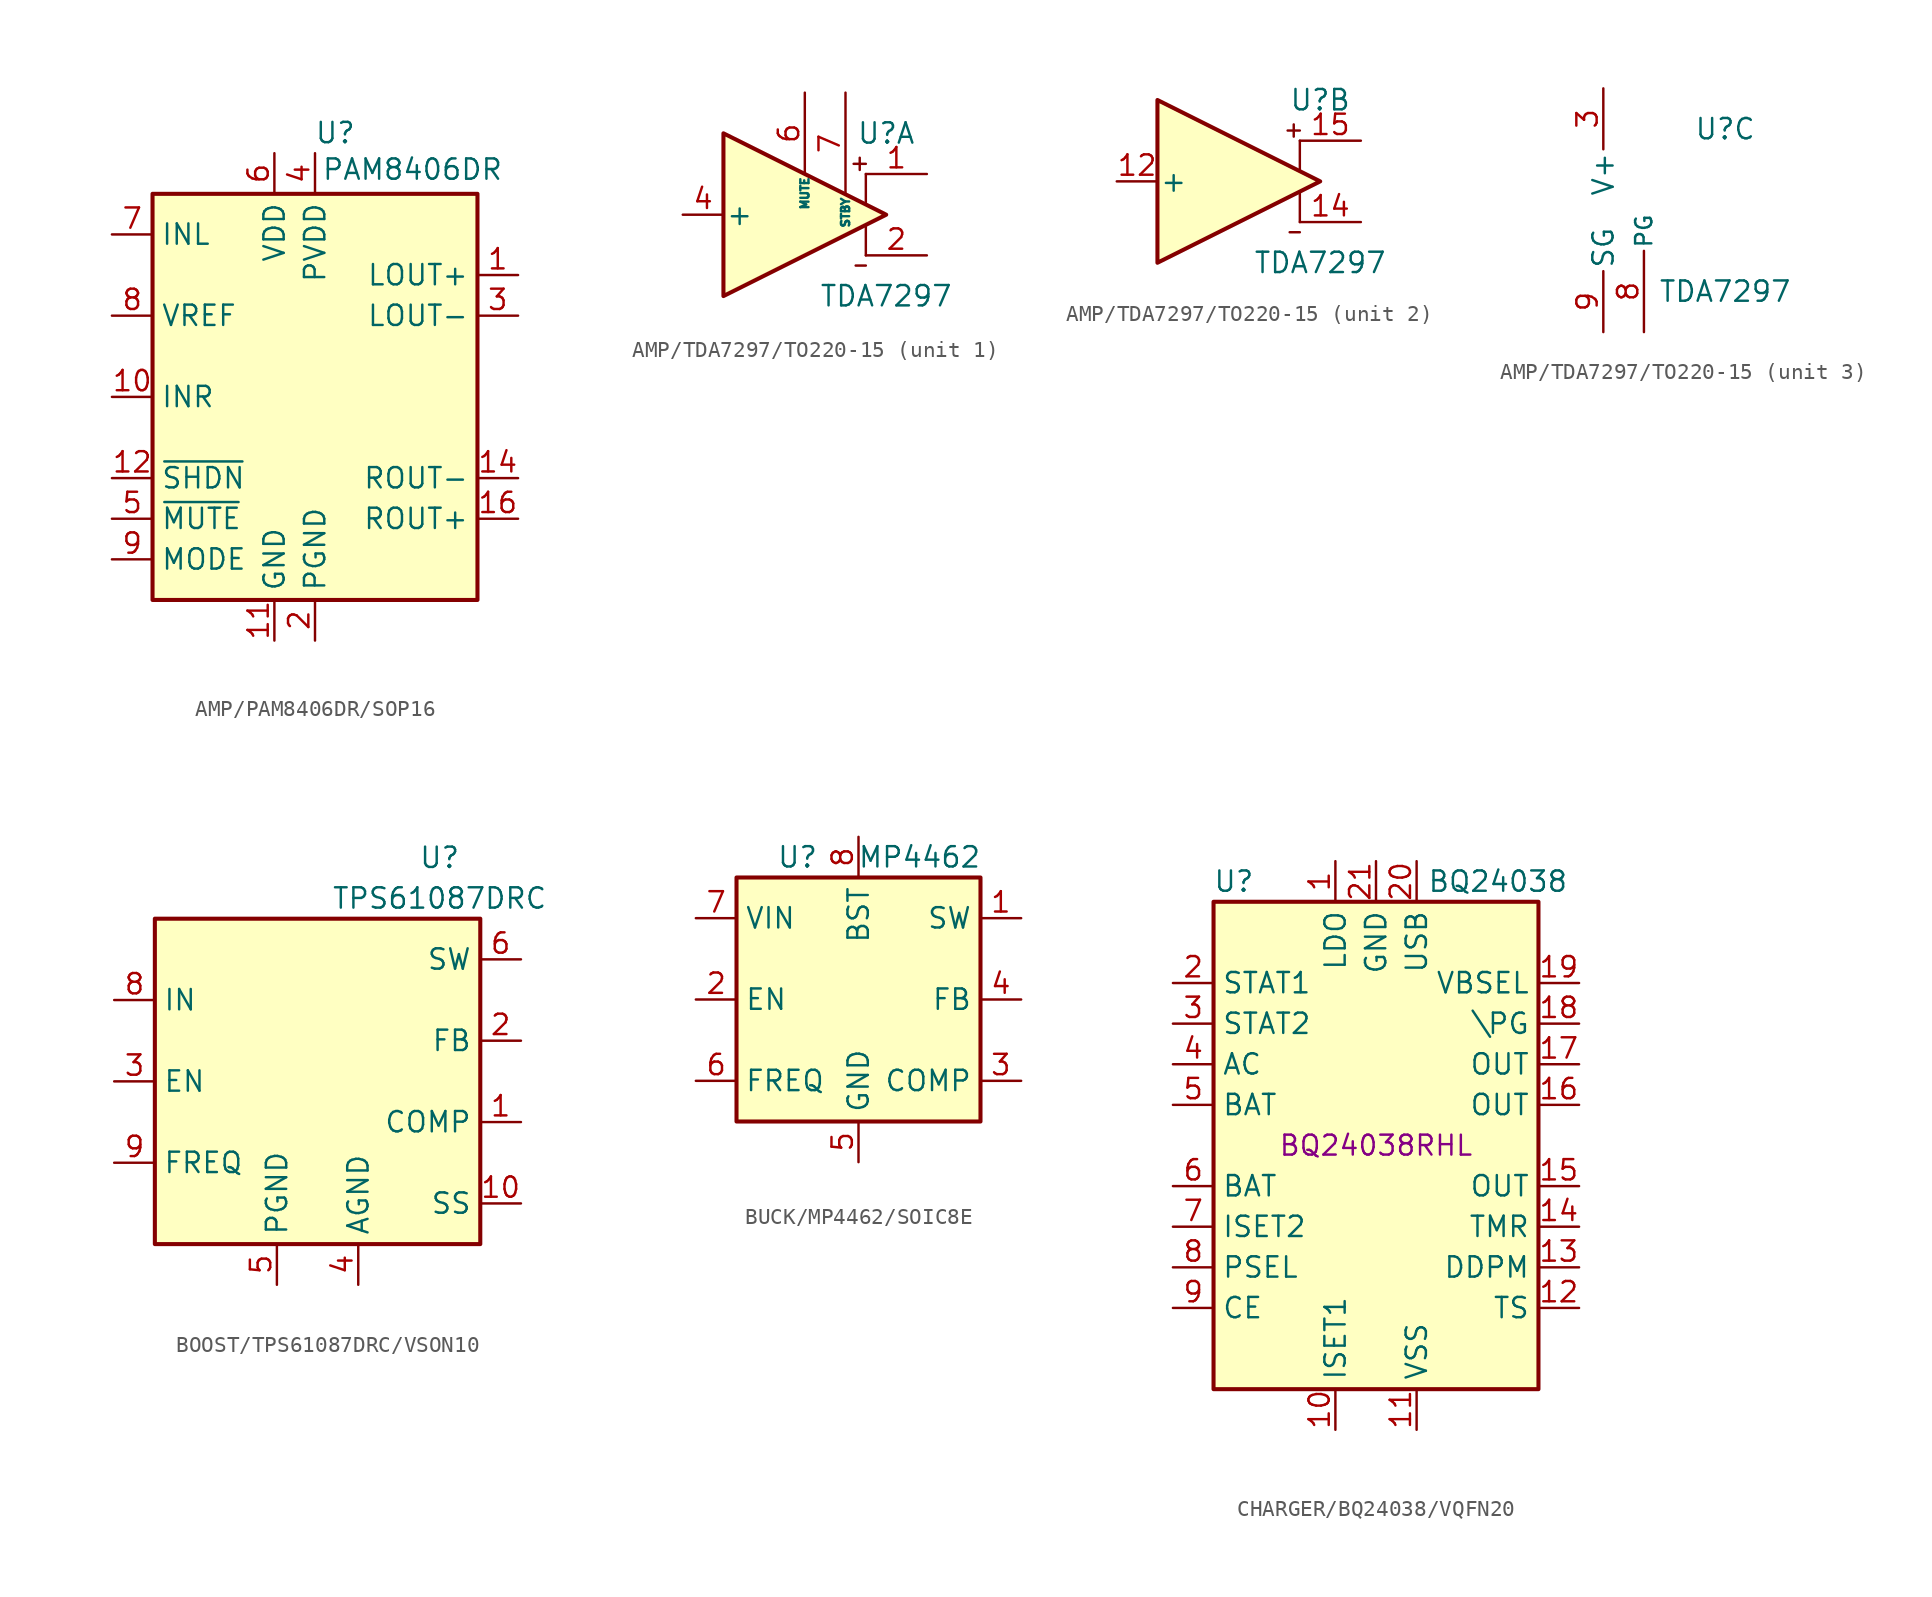
<source format=kicad_sym>
(kicad_symbol_lib
  (version 20220914)
  (generator kicad_symbol_editor)
  (symbol "AMP/PAM8406DR/SOP16"
    (property "Reference" "U"
      (at 1.27 16.51 0)
      (effects (font (size 1.27 1.27))))
    (property "Value" "PAM8406DR"
      (at 6.096 14.224 0)
      (effects (font (size 1.27 1.27))))
    (symbol "AMP/PAM8406DR/SOP16_0_1"
      (rectangle (start -10.16 12.7) (end 10.16 -12.7) (stroke (width 0.254) (type default)) (fill (type background))))
    (symbol "AMP/PAM8406DR/SOP16_1_1"
      (pin output line (at 12.7 7.62 180) (length 2.54) (name "LOUT+" (effects (font (size 1.27 1.27)))) (number "1" (effects (font (size 1.27 1.27)))))
      (pin input line (at -12.7 0 0) (length 2.54) (name "INR" (effects (font (size 1.27 1.27)))) (number "10" (effects (font (size 1.27 1.27)))))
      (pin free line (at -2.54 -15.24 90) (length 2.54) (name "GND" (effects (font (size 1.27 1.27)))) (number "11" (effects (font (size 1.27 1.27)))))
      (pin input line (at -12.7 -5.08 0) (length 2.54) (name "~{SHDN}" (effects (font (size 1.27 1.27)))) (number "12" (effects (font (size 1.27 1.27)))))
      (pin free line (at 0 15.24 270) (length 2.54) hide (name "PVDD" (effects (font (size 1.27 1.27)))) (number "13" (effects (font (size 1.27 1.27)))))
      (pin output line (at 12.7 -5.08 180) (length 2.54) (name "ROUT-" (effects (font (size 1.27 1.27)))) (number "14" (effects (font (size 1.27 1.27)))))
      (pin free line (at 0 -15.24 90) (length 2.54) hide (name "PGND" (effects (font (size 1.27 1.27)))) (number "15" (effects (font (size 1.27 1.27)))))
      (pin output line (at 12.7 -7.62 180) (length 2.54) (name "ROUT+" (effects (font (size 1.27 1.27)))) (number "16" (effects (font (size 1.27 1.27)))))
      (pin free line (at 0 -15.24 90) (length 2.54) (name "PGND" (effects (font (size 1.27 1.27)))) (number "2" (effects (font (size 1.27 1.27)))))
      (pin output line (at 12.7 5.08 180) (length 2.54) (name "LOUT-" (effects (font (size 1.27 1.27)))) (number "3" (effects (font (size 1.27 1.27)))))
      (pin free line (at 0 15.24 270) (length 2.54) (name "PVDD" (effects (font (size 1.27 1.27)))) (number "4" (effects (font (size 1.27 1.27)))))
      (pin input line (at -12.7 -7.62 0) (length 2.54) (name "~{MUTE}" (effects (font (size 1.27 1.27)))) (number "5" (effects (font (size 1.27 1.27)))))
      (pin free line (at -2.54 15.24 270) (length 2.54) (name "VDD" (effects (font (size 1.27 1.27)))) (number "6" (effects (font (size 1.27 1.27)))))
      (pin input line (at -12.7 10.16 0) (length 2.54) (name "INL" (effects (font (size 1.27 1.27)))) (number "7" (effects (font (size 1.27 1.27)))))
      (pin input line (at -12.7 5.08 0) (length 2.54) (name "VREF" (effects (font (size 1.27 1.27)))) (number "8" (effects (font (size 1.27 1.27)))))
      (pin input line (at -12.7 -10.16 0) (length 2.54) (name "MODE" (effects (font (size 1.27 1.27)))) (number "9" (effects (font (size 1.27 1.27)))))))
  (symbol "AMP/TDA7297/TO220-15"
    (pin_names
      (offset 0.127))
    (property "Reference" "U"
      (at 5.08 5.08 0)
      (effects (font (size 1.27 1.27))))
    (property "Value" "TDA7297"
      (at 5.08 -5.08 0)
      (effects (font (size 1.27 1.27))))
    (property "ki_locked" ""
      (at 0 0 0)
      (effects (font (size 1.27 1.27))))
    (symbol "AMP/TDA7297/TO220-15_1_1"
      (polyline (pts (xy 3.048 3.175) (xy 3.81 3.175)) (stroke (width 0) (type default)) (fill (type none)))
      (polyline (pts (xy 3.175 -3.175) (xy 3.81 -3.175)) (stroke (width 0) (type default)) (fill (type none)))
      (polyline (pts (xy 3.429 2.794) (xy 3.429 3.556)) (stroke (width 0) (type default)) (fill (type none)))
      (polyline (pts (xy 3.81 -0.635) (xy 3.81 -2.54)) (stroke (width 0) (type default)) (fill (type none)))
      (polyline (pts (xy 3.81 2.54) (xy 3.81 0.635)) (stroke (width 0) (type default)) (fill (type none)))
      (polyline (pts (xy 5.08 0) (xy -5.08 5.08) (xy -5.08 -5.08) (xy 5.08 0)) (stroke (width 0.254) (type default)) (fill (type background)))
      (pin output line (at 7.62 2.54 180) (length 3.81) (name "~" (effects (font (size 1.27 1.27)))) (number "1" (effects (font (size 1.27 1.27)))))
      (pin no_connect line (at -2.54 3.81 270) (length 2.54) hide (name "NC" (effects (font (size 1.27 1.27)))) (number "10" (effects (font (size 1.27 1.27)))))
      (pin no_connect line (at -5.08 5.08 270) (length 2.54) hide (name "NC" (effects (font (size 1.27 1.27)))) (number "11" (effects (font (size 1.27 1.27)))))
      (pin output line (at 7.62 -2.54 180) (length 3.81) (name "~" (effects (font (size 1.27 1.27)))) (number "2" (effects (font (size 1.27 1.27)))))
      (pin input line (at -7.62 0 0) (length 2.54) (name "+" (effects (font (size 1.27 1.27)))) (number "4" (effects (font (size 1.27 1.27)))))
      (pin no_connect line (at -5.08 -5.08 90) (length 2.54) hide (name "NC" (effects (font (size 1.27 1.27)))) (number "5" (effects (font (size 1.27 1.27)))))
      (pin input line (at 0 7.62 270) (length 5.08) (name "MUTE" (effects (font (size 0.508 0.508)))) (number "6" (effects (font (size 1.27 1.27)))))
      (pin input line (at 2.54 7.62 270) (length 6.35) (name "STBY" (effects (font (size 0.508 0.508)))) (number "7" (effects (font (size 1.27 1.27))))))
    (symbol "AMP/TDA7297/TO220-15_2_1"
      (polyline (pts (xy 3.048 3.175) (xy 3.81 3.175)) (stroke (width 0) (type default)) (fill (type none)))
      (polyline (pts (xy 3.175 -3.175) (xy 3.81 -3.175)) (stroke (width 0) (type default)) (fill (type none)))
      (polyline (pts (xy 3.429 2.794) (xy 3.429 3.556)) (stroke (width 0) (type default)) (fill (type none)))
      (polyline (pts (xy 3.81 -0.635) (xy 3.81 -2.54)) (stroke (width 0) (type default)) (fill (type none)))
      (polyline (pts (xy 3.81 2.54) (xy 3.81 0.635)) (stroke (width 0) (type default)) (fill (type none)))
      (polyline (pts (xy 5.08 0) (xy -5.08 5.08) (xy -5.08 -5.08) (xy 5.08 0)) (stroke (width 0.254) (type default)) (fill (type background)))
      (pin input line (at -7.62 0 0) (length 2.54) (name "+" (effects (font (size 1.27 1.27)))) (number "12" (effects (font (size 1.27 1.27)))))
      (pin output line (at 7.62 -2.54 180) (length 3.81) (name "~" (effects (font (size 1.27 1.27)))) (number "14" (effects (font (size 1.27 1.27)))))
      (pin output line (at 7.62 2.54 180) (length 3.81) (name "~" (effects (font (size 1.27 1.27)))) (number "15" (effects (font (size 1.27 1.27))))))
    (symbol "AMP/TDA7297/TO220-15_3_1"
      (pin free line (at -2.54 7.62 270) (length 3.81) hide (name "V+" (effects (font (size 1.27 1.27)))) (number "13" (effects (font (size 1.27 1.27)))))
      (pin free line (at -2.54 7.62 270) (length 3.81) (name "V+" (effects (font (size 1.27 1.27)))) (number "3" (effects (font (size 1.27 1.27)))))
      (pin free line (at 0 -7.62 90) (length 5.08) (name "PG" (effects (font (size 1.016 1.016)))) (number "8" (effects (font (size 1.27 1.27)))))
      (pin free line (at -2.54 -7.62 90) (length 3.81) (name "SG" (effects (font (size 1.27 1.27)))) (number "9" (effects (font (size 1.27 1.27)))))))
  (symbol "BOOST/TPS61087DRC/VSON10"
    (property "Reference" "U"
      (at 7.62 13.97 0)
      (effects (font (size 1.27 1.27))))
    (property "Value" "TPS61087DRC"
      (at 7.62 11.43 0)
      (effects (font (size 1.27 1.27))))
    (symbol "BOOST/TPS61087DRC/VSON10_0_1"
      (rectangle (start -10.16 10.16) (end 10.16 -10.16) (stroke (width 0.254) (type default)) (fill (type background))))
    (symbol "BOOST/TPS61087DRC/VSON10_1_1"
      (pin input line (at 12.7 -2.54 180) (length 2.54) (name "COMP" (effects (font (size 1.27 1.27)))) (number "1" (effects (font (size 1.27 1.27)))))
      (pin passive line (at 12.7 -7.62 180) (length 2.54) (name "SS" (effects (font (size 1.27 1.27)))) (number "10" (effects (font (size 1.27 1.27)))))
      (pin free line (at 2.54 -12.7 90) (length 2.54) hide (name "AGND" (effects (font (size 1.27 1.27)))) (number "11" (effects (font (size 1.27 1.27)))))
      (pin input line (at 12.7 2.54 180) (length 2.54) (name "FB" (effects (font (size 1.27 1.27)))) (number "2" (effects (font (size 1.27 1.27)))))
      (pin input line (at -12.7 0 0) (length 2.54) (name "EN" (effects (font (size 1.27 1.27)))) (number "3" (effects (font (size 1.27 1.27)))))
      (pin free line (at 2.54 -12.7 90) (length 2.54) (name "AGND" (effects (font (size 1.27 1.27)))) (number "4" (effects (font (size 1.27 1.27)))))
      (pin free line (at -2.54 -12.7 90) (length 2.54) (name "PGND" (effects (font (size 1.27 1.27)))) (number "5" (effects (font (size 1.27 1.27)))))
      (pin output line (at 12.7 7.62 180) (length 2.54) (name "SW" (effects (font (size 1.27 1.27)))) (number "6" (effects (font (size 1.27 1.27)))))
      (pin output line (at 12.7 7.62 180) (length 2.54) hide (name "SW" (effects (font (size 1.27 1.27)))) (number "7" (effects (font (size 1.27 1.27)))))
      (pin input line (at -12.7 5.08 0) (length 2.54) (name "IN" (effects (font (size 1.27 1.27)))) (number "8" (effects (font (size 1.27 1.27)))))
      (pin input line (at -12.7 -5.08 0) (length 2.54) (name "FREQ" (effects (font (size 1.27 1.27)))) (number "9" (effects (font (size 1.27 1.27)))))))
  (symbol "BUCK/MP4462/SOIC8E"
    (property "Reference" "U"
      (at -3.81 8.89 0)
      (effects (font (size 1.27 1.27))))
    (property "Value" "MP4462"
      (at 3.81 8.89 0)
      (effects (font (size 1.27 1.27))))
    (symbol "BUCK/MP4462/SOIC8E_0_1"
      (rectangle (start -7.62 7.62) (end 7.62 -7.62) (stroke (width 0.254) (type default)) (fill (type background))))
    (symbol "BUCK/MP4462/SOIC8E_1_1"
      (pin output line (at 10.16 5.08 180) (length 2.54) (name "SW" (effects (font (size 1.27 1.27)))) (number "1" (effects (font (size 1.27 1.27)))))
      (pin input line (at -10.16 0 0) (length 2.54) (name "EN" (effects (font (size 1.27 1.27)))) (number "2" (effects (font (size 1.27 1.27)))))
      (pin input line (at 10.16 -5.08 180) (length 2.54) (name "COMP" (effects (font (size 1.27 1.27)))) (number "3" (effects (font (size 1.27 1.27)))))
      (pin input line (at 10.16 0 180) (length 2.54) (name "FB" (effects (font (size 1.27 1.27)))) (number "4" (effects (font (size 1.27 1.27)))))
      (pin passive line (at 0 -10.16 90) (length 2.54) (name "GND" (effects (font (size 1.27 1.27)))) (number "5" (effects (font (size 1.27 1.27)))))
      (pin bidirectional line (at -10.16 -5.08 0) (length 2.54) (name "FREQ" (effects (font (size 1.27 1.27)))) (number "6" (effects (font (size 1.27 1.27)))))
      (pin input line (at -10.16 5.08 0) (length 2.54) (name "VIN" (effects (font (size 1.27 1.27)))) (number "7" (effects (font (size 1.27 1.27)))))
      (pin passive line (at 0 10.16 270) (length 2.54) (name "BST" (effects (font (size 1.27 1.27)))) (number "8" (effects (font (size 1.27 1.27)))))
      (pin passive line (at 0 -10.16 90) (length 2.54) hide (name "EP" (effects (font (size 1.27 1.27)))) (number "9" (effects (font (size 1.27 1.27)))))))
  (symbol "CHARGER/BQ24038/VQFN20"
    (property "Reference" "U"
      (at -8.89 16.51 0)
      (effects (font (size 1.27 1.27))))
    (property "Value" "BQ24038"
      (at 7.62 16.51 0)
      (effects (font (size 1.27 1.27))))
    (property "PART NUMBER" "BQ24038RHL"
      (at 0 0 0)
      (effects (font (size 1.245 1.245))))
    (symbol "CHARGER/BQ24038/VQFN20_0_1"
      (rectangle (start -10.16 15.24) (end 10.16 -15.24) (stroke (width 0.254) (type default)) (fill (type background))))
    (symbol "CHARGER/BQ24038/VQFN20_1_1"
      (pin power_out line (at -2.54 17.78 270) (length 2.54) (name "LDO" (effects (font (size 1.27 1.27)))) (number "1" (effects (font (size 1.27 1.27)))))
      (pin input line (at -2.54 -17.78 90) (length 2.54) (name "ISET1" (effects (font (size 1.27 1.27)))) (number "10" (effects (font (size 1.27 1.27)))))
      (pin power_in line (at 2.54 -17.78 90) (length 2.54) (name "VSS" (effects (font (size 1.27 1.27)))) (number "11" (effects (font (size 1.27 1.27)))))
      (pin input line (at 12.7 -10.16 180) (length 2.54) (name "TS" (effects (font (size 1.27 1.27)))) (number "12" (effects (font (size 1.27 1.27)))))
      (pin input line (at 12.7 -7.62 180) (length 2.54) (name "DDPM" (effects (font (size 1.27 1.27)))) (number "13" (effects (font (size 1.27 1.27)))))
      (pin input line (at 12.7 -5.08 180) (length 2.54) (name "TMR" (effects (font (size 1.27 1.27)))) (number "14" (effects (font (size 1.27 1.27)))))
      (pin output line (at 12.7 -2.54 180) (length 2.54) (name "OUT" (effects (font (size 1.27 1.27)))) (number "15" (effects (font (size 1.27 1.27)))))
      (pin output line (at 12.7 2.54 180) (length 2.54) (name "OUT" (effects (font (size 1.27 1.27)))) (number "16" (effects (font (size 1.27 1.27)))))
      (pin output line (at 12.7 5.08 180) (length 2.54) (name "OUT" (effects (font (size 1.27 1.27)))) (number "17" (effects (font (size 1.27 1.27)))))
      (pin output line (at 12.7 7.62 180) (length 2.54) (name "\\PG" (effects (font (size 1.27 1.27)))) (number "18" (effects (font (size 1.27 1.27)))))
      (pin input line (at 12.7 10.16 180) (length 2.54) (name "VBSEL" (effects (font (size 1.27 1.27)))) (number "19" (effects (font (size 1.27 1.27)))))
      (pin output line (at -12.7 10.16 0) (length 2.54) (name "STAT1" (effects (font (size 1.27 1.27)))) (number "2" (effects (font (size 1.27 1.27)))))
      (pin input line (at 2.54 17.78 270) (length 2.54) (name "USB" (effects (font (size 1.27 1.27)))) (number "20" (effects (font (size 1.27 1.27)))))
      (pin power_in line (at 0 17.78 270) (length 2.54) (name "GND" (effects (font (size 1.27 1.27)))) (number "21" (effects (font (size 1.27 1.27)))))
      (pin output line (at -12.7 7.62 0) (length 2.54) (name "STAT2" (effects (font (size 1.27 1.27)))) (number "3" (effects (font (size 1.27 1.27)))))
      (pin input line (at -12.7 5.08 0) (length 2.54) (name "AC" (effects (font (size 1.27 1.27)))) (number "4" (effects (font (size 1.27 1.27)))))
      (pin power_out line (at -12.7 2.54 0) (length 2.54) (name "BAT" (effects (font (size 1.27 1.27)))) (number "5" (effects (font (size 1.27 1.27)))))
      (pin power_out line (at -12.7 -2.54 0) (length 2.54) (name "BAT" (effects (font (size 1.27 1.27)))) (number "6" (effects (font (size 1.27 1.27)))))
      (pin input line (at -12.7 -5.08 0) (length 2.54) (name "ISET2" (effects (font (size 1.27 1.27)))) (number "7" (effects (font (size 1.27 1.27)))))
      (pin input line (at -12.7 -7.62 0) (length 2.54) (name "PSEL" (effects (font (size 1.27 1.27)))) (number "8" (effects (font (size 1.27 1.27)))))
      (pin input line (at -12.7 -10.16 0) (length 2.54) (name "CE" (effects (font (size 1.27 1.27)))) (number "9" (effects (font (size 1.27 1.27))))))))
</source>
